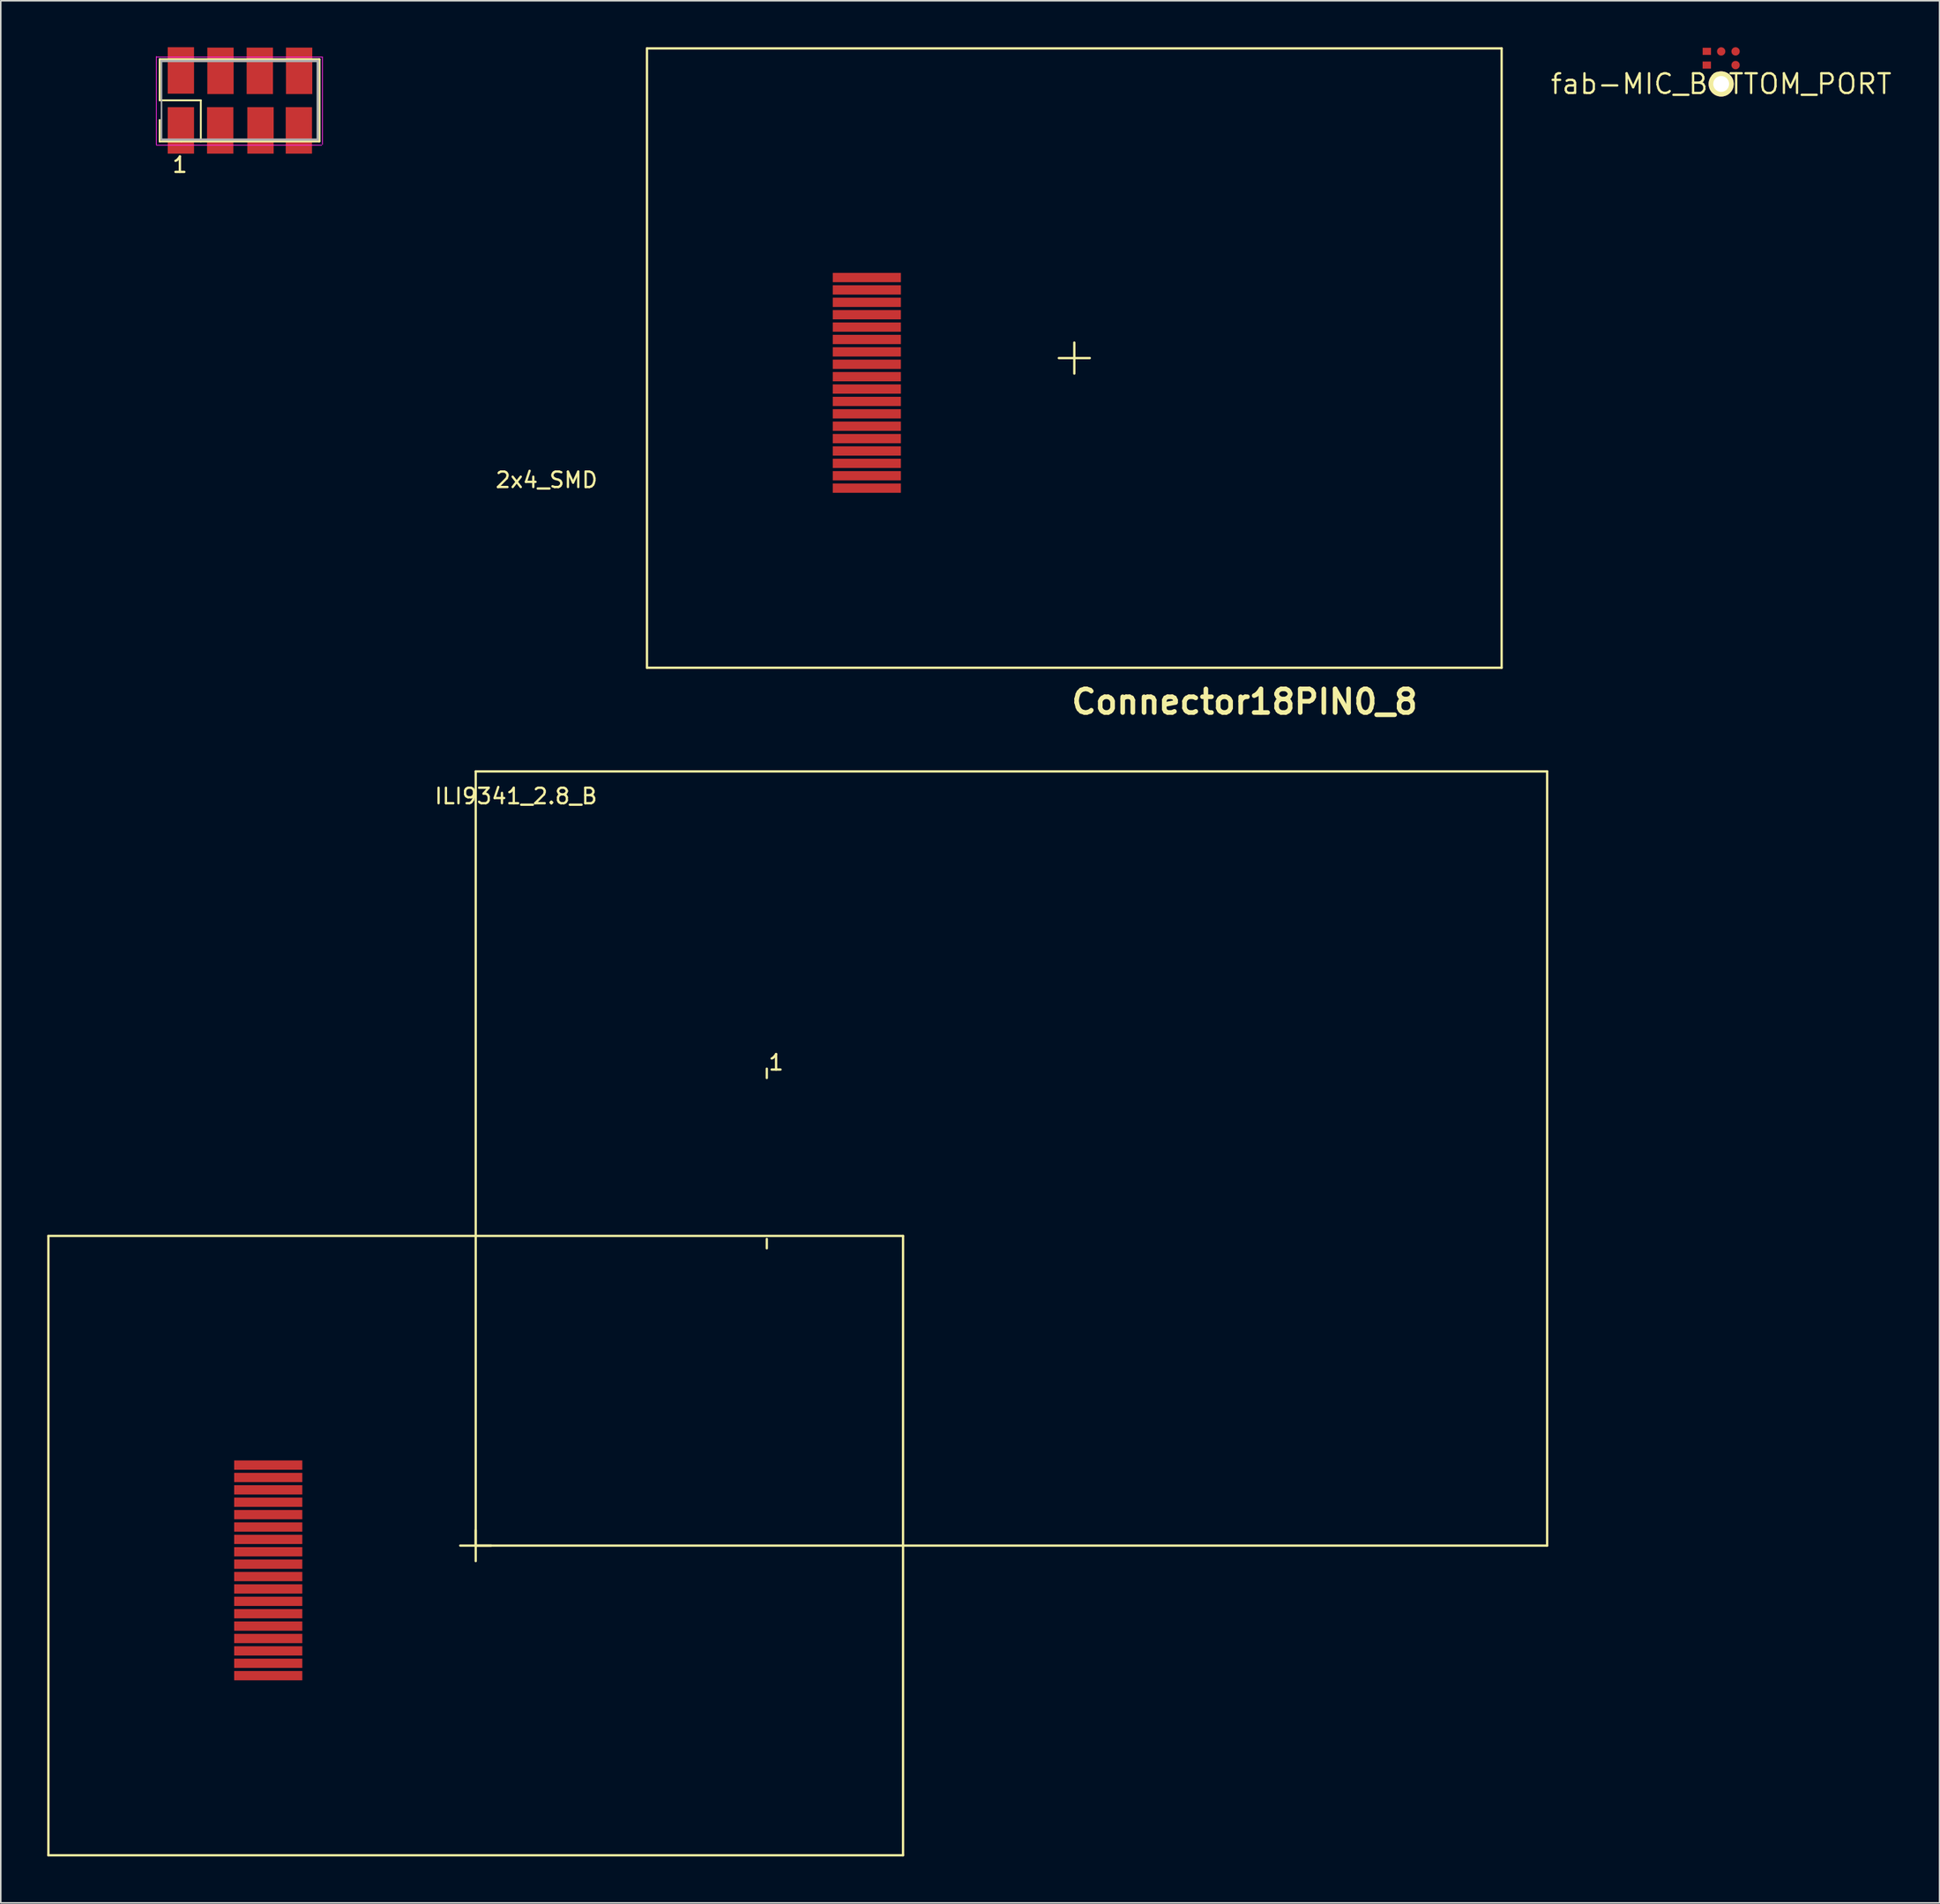
<source format=kicad_pcb>
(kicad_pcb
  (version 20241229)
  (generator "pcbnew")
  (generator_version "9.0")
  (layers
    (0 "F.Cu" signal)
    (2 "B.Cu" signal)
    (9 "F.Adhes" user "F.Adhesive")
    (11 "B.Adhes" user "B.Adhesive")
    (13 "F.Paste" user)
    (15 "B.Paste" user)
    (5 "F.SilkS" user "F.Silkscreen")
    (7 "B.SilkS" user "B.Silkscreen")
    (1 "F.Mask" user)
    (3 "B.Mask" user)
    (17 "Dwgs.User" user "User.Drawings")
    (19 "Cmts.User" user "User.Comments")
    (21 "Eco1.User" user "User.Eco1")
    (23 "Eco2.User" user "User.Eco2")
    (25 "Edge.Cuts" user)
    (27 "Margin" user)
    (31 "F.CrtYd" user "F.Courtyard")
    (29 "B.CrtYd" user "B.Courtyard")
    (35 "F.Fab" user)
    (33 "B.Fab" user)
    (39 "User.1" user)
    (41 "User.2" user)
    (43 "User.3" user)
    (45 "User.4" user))
  (footprint "fab-MIC_BOTTOM_PORT"
    (layer "F.Cu")
    (at 108.115 2.372)
    (property "Reference" "fab-MIC_BOTTOM_PORT" (at 0 0 0) (layer "F.SilkS") (effects (font (size 1.27 1.27) (thickness 0.15))))
    (attr smd)
    (fp_line (start -0.498 0) (end -0.485 -0.109) (stroke (width 0.046) (type solid)) (layer "F.SilkS"))
    (fp_line (start -0.485 -0.109) (end -0.45 -0.216) (stroke (width 0.046) (type solid)) (layer "F.SilkS"))
    (fp_line (start -0.485 0.109) (end -0.498 0) (stroke (width 0.046) (type solid)) (layer "F.SilkS"))
    (fp_line (start -0.45 -0.216) (end -0.389 -0.31) (stroke (width 0.046) (type solid)) (layer "F.SilkS"))
    (fp_line (start -0.45 0.216) (end -0.485 0.109) (stroke (width 0.046) (type solid)) (layer "F.SilkS"))
    (fp_line (start -0.389 -0.31) (end -0.31 -0.389) (stroke (width 0.046) (type solid)) (layer "F.SilkS"))
    (fp_line (start -0.389 0.31) (end -0.45 0.216) (stroke (width 0.046) (type solid)) (layer "F.SilkS"))
    (fp_line (start -0.31 -0.389) (end -0.216 -0.45) (stroke (width 0.046) (type solid)) (layer "F.SilkS"))
    (fp_line (start -0.31 0.389) (end -0.389 0.31) (stroke (width 0.046) (type solid)) (layer "F.SilkS"))
    (fp_line (start -0.216 -0.45) (end -0.109 -0.485) (stroke (width 0.046) (type solid)) (layer "F.SilkS"))
    (fp_line (start -0.216 0.45) (end -0.31 0.389) (stroke (width 0.046) (type solid)) (layer "F.SilkS"))
    (fp_line (start -0.109 -0.485) (end 0 -0.498) (stroke (width 0.046) (type solid)) (layer "F.SilkS"))
    (fp_line (start -0.109 0.485) (end -0.216 0.45) (stroke (width 0.046) (type solid)) (layer "F.SilkS"))
    (fp_line (start 0 -0.498) (end 0.109 -0.485) (stroke (width 0.046) (type solid)) (layer "F.SilkS"))
    (fp_line (start 0 0.498) (end -0.109 0.485) (stroke (width 0.046) (type solid)) (layer "F.SilkS"))
    (fp_line (start 0.109 -0.485) (end 0.216 -0.45) (stroke (width 0.046) (type solid)) (layer "F.SilkS"))
    (fp_line (start 0.109 0.485) (end 0 0.498) (stroke (width 0.046) (type solid)) (layer "F.SilkS"))
    (fp_line (start 0.216 -0.45) (end 0.31 -0.389) (stroke (width 0.046) (type solid)) (layer "F.SilkS"))
    (fp_line (start 0.216 0.45) (end 0.109 0.485) (stroke (width 0.046) (type solid)) (layer "F.SilkS"))
    (fp_line (start 0.31 -0.389) (end 0.389 -0.31) (stroke (width 0.046) (type solid)) (layer "F.SilkS"))
    (fp_line (start 0.31 0.389) (end 0.216 0.45) (stroke (width 0.046) (type solid)) (layer "F.SilkS"))
    (fp_line (start 0.389 -0.31) (end 0.45 -0.216) (stroke (width 0.046) (type solid)) (layer "F.SilkS"))
    (fp_line (start 0.389 0.31) (end 0.31 0.389) (stroke (width 0.046) (type solid)) (layer "F.SilkS"))
    (fp_line (start 0.45 -0.216) (end 0.485 -0.109) (stroke (width 0.046) (type solid)) (layer "F.SilkS"))
    (fp_line (start 0.45 0.216) (end 0.389 0.31) (stroke (width 0.046) (type solid)) (layer "F.SilkS"))
    (fp_line (start 0.485 -0.109) (end 0.498 0) (stroke (width 0.046) (type solid)) (layer "F.SilkS"))
    (fp_line (start 0.485 0.109) (end 0.45 0.216) (stroke (width 0.046) (type solid)) (layer "F.SilkS"))
    (fp_line (start 0.498 0) (end 0.485 0.109) (stroke (width 0.046) (type solid)) (layer "F.SilkS"))
    (fp_circle (center 0 0) (end -0.249 0.249) (stroke (width 0.023) (type solid)) (fill no) (layer "F.SilkS"))
    (pad "1" smd rect (at -0.927 -2.106) (size 0.538 0.46) (layers "F.Cu" "F.Mask" "F.Paste"))
    (pad "2" smd rect (at -0.93 -1.219) (size 0.538 0.46) (layers "F.Cu" "F.Mask" "F.Paste"))
    (pad "3" smd circle (at 0 0) (size 1.623 1.623) (layers "F.Cu" "F.Mask" "F.Paste"))
    (pad "4" smd circle (at 0.93 -1.219) (size 0.538 0.538) (layers "F.Cu" "F.Mask" "F.Paste"))
    (pad "5" smd circle (at 0.93 -2.103) (size 0.538 0.538) (layers "F.Cu" "F.Mask" "F.Paste"))
    (pad "6" smd circle (at 0 -2.101) (size 0.538 0.538) (layers "F.Cu" "F.Mask" "F.Paste"))
    (pad "P$1" thru_hole circle (at 0 0) (size 1.623 1.623) (drill 1.024) (layers "*.Cu" "F.Mask" "F.SilkS" "F.Paste")))
  (footprint "ILI9341_2.8_B"
    (layer "F.Cu")
    (at 27.675 96.768)
    (property "Reference" "ILI9341_2.8_B" (at 2.6 -48.4 0) (layer "F.SilkS") (effects (font (size 1 1) (thickness 0.15))))
    (attr through_hole)
    (fp_line (start -27.6 -20) (end 27.6 -20) (stroke (width 0.15) (type solid)) (layer "F.SilkS"))
    (fp_line (start -27.6 20) (end -27.6 -20) (stroke (width 0.15) (type solid)) (layer "F.SilkS"))
    (fp_line (start -1 0) (end 1 0) (stroke (width 0.15) (type solid)) (layer "F.SilkS"))
    (fp_line (start 0 -50) (end 0 0) (stroke (width 0.15) (type solid)) (layer "F.SilkS"))
    (fp_line (start 0 -1) (end 0 1) (stroke (width 0.15) (type solid)) (layer "F.SilkS"))
    (fp_line (start 0 0) (end 69.2 0) (stroke (width 0.15) (type solid)) (layer "F.SilkS"))
    (fp_line (start 18.8 -30.8) (end 18.8 -30.2) (stroke (width 0.15) (type solid)) (layer "F.SilkS"))
    (fp_line (start 18.8 -19.2) (end 18.8 -19.8) (stroke (width 0.15) (type solid)) (layer "F.SilkS"))
    (fp_line (start 27.6 -20) (end 27.6 20) (stroke (width 0.15) (type solid)) (layer "F.SilkS"))
    (fp_line (start 27.6 20) (end -27.6 20) (stroke (width 0.15) (type solid)) (layer "F.SilkS"))
    (fp_line (start 69.2 -50) (end 0 -50) (stroke (width 0.15) (type solid)) (layer "F.SilkS"))
    (fp_line (start 69.2 0) (end 69.2 -50) (stroke (width 0.15) (type solid)) (layer "F.SilkS"))
    (fp_poly (pts (xy -24.362 -18.482) (xy -24.357 -18.463) (xy -24.387 -18.428) (xy -24.427 -18.427) (xy -24.436 -18.433) (xy -24.453 -18.47) (xy -24.424 -18.491) (xy -24.4 -18.494) (xy -24.362 -18.482)) (stroke (width 0.01) (type solid)) (fill no) (layer "Eco1.User"))
    (fp_poly (pts (xy -24.369 18.425) (xy -24.359 18.457) (xy -24.362 18.465) (xy -24.4 18.492) (xy -24.438 18.472) (xy -24.442 18.466) (xy -24.444 18.426) (xy -24.437 18.416) (xy -24.402 18.407) (xy -24.369 18.425)) (stroke (width 0.01) (type solid)) (fill no) (layer "Eco1.User"))
    (fp_poly (pts (xy 22.006 18.425) (xy 22.016 18.457) (xy 22.013 18.465) (xy 21.975 18.492) (xy 21.937 18.472) (xy 21.933 18.466) (xy 21.931 18.426) (xy 21.938 18.416) (xy 21.973 18.407) (xy 22.006 18.425)) (stroke (width 0.01) (type solid)) (fill no) (layer "Eco1.User"))
    (fp_text user "1" (at 19.4 -31.2 0) (layer "F.SilkS") (effects (font (size 1 1) (thickness 0.15))))
    (pad "1" smd rect (at -13.4 -5.2) (size 4.4 0.6) (layers "F.Cu" "F.Mask" "F.Paste"))
    (pad "2" smd rect (at -13.4 -4.4) (size 4.4 0.6) (layers "F.Cu" "F.Mask" "F.Paste"))
    (pad "3" smd rect (at -13.4 -3.6) (size 4.4 0.6) (layers "F.Cu" "F.Mask" "F.Paste"))
    (pad "4" smd rect (at -13.4 -2.8) (size 4.4 0.6) (layers "F.Cu" "F.Mask" "F.Paste"))
    (pad "5" smd rect (at -13.4 -2) (size 4.4 0.6) (layers "F.Cu" "F.Mask" "F.Paste"))
    (pad "6" smd rect (at -13.4 -1.2) (size 4.4 0.6) (layers "F.Cu" "F.Mask" "F.Paste"))
    (pad "7" smd rect (at -13.4 -0.4) (size 4.4 0.6) (layers "F.Cu" "F.Mask" "F.Paste"))
    (pad "8" smd rect (at -13.4 0.4) (size 4.4 0.6) (layers "F.Cu" "F.Mask" "F.Paste"))
    (pad "9" smd rect (at -13.4 1.2) (size 4.4 0.6) (layers "F.Cu" "F.Mask" "F.Paste"))
    (pad "10" smd rect (at -13.4 2) (size 4.4 0.6) (layers "F.Cu" "F.Mask" "F.Paste"))
    (pad "11" smd rect (at -13.4 2.8) (size 4.4 0.6) (layers "F.Cu" "F.Mask" "F.Paste"))
    (pad "12" smd rect (at -13.4 3.6) (size 4.4 0.6) (layers "F.Cu" "F.Mask" "F.Paste"))
    (pad "13" smd rect (at -13.4 4.4) (size 4.4 0.6) (layers "F.Cu" "F.Mask" "F.Paste"))
    (pad "14" smd rect (at -13.4 5.2) (size 4.4 0.6) (layers "F.Cu" "F.Mask" "F.Paste"))
    (pad "15" smd rect (at -13.4 6) (size 4.4 0.6) (layers "F.Cu" "F.Mask" "F.Paste"))
    (pad "16" smd rect (at -13.4 6.8) (size 4.4 0.6) (layers "F.Cu" "F.Mask" "F.Paste"))
    (pad "17" smd rect (at -13.4 7.6) (size 4.4 0.6) (layers "F.Cu" "F.Mask" "F.Paste"))
    (pad "18" smd rect (at -13.4 8.4) (size 4.4 0.6) (layers "F.Cu" "F.Mask" "F.Paste")))
  (footprint "2x4_SMD"
    (layer "F.Cu")
    (at 0.25 29.948)
    (property "Reference" "2x4_SMD" (at 32 -2 0) (layer "F.SilkS") (effects (font (size 1 1) (thickness 0.15))))
    (attr through_hole)
    (fp_line (start 7.01 -29.18) (end 7.01 -26.52) (stroke (width 0.12) (type solid)) (layer "F.SilkS"))
    (fp_line (start 7.01 -26.52) (end 9.67 -26.52) (stroke (width 0.12) (type solid)) (layer "F.SilkS"))
    (fp_line (start 7.01 -23.86) (end 7.01 -25.25) (stroke (width 0.12) (type solid)) (layer "F.SilkS"))
    (fp_line (start 7.061 -29.159) (end 17.323 -29.159) (stroke (width 0.15) (type solid)) (layer "F.SilkS"))
    (fp_line (start 8.4 -23.86) (end 7.01 -23.86) (stroke (width 0.12) (type solid)) (layer "F.SilkS"))
    (fp_line (start 9.67 -26.52) (end 9.67 -23.86) (stroke (width 0.12) (type solid)) (layer "F.SilkS"))
    (fp_line (start 17.323 -29.159) (end 17.323 -23.876) (stroke (width 0.15) (type solid)) (layer "F.SilkS"))
    (fp_line (start 17.323 -23.876) (end 8.433 -23.876) (stroke (width 0.15) (type solid)) (layer "F.SilkS"))
    (fp_line (start 6.8 -29.35) (end 6.8 -23.65) (stroke (width 0.05) (type solid)) (layer "F.CrtYd"))
    (fp_line (start 6.807 -29.312) (end 17.526 -29.312) (stroke (width 0.05) (type solid)) (layer "F.CrtYd"))
    (fp_line (start 6.807 -23.622) (end 17.475 -23.622) (stroke (width 0.05) (type solid)) (layer "F.CrtYd"))
    (fp_line (start 17.526 -29.312) (end 17.526 -23.673) (stroke (width 0.05) (type solid)) (layer "F.CrtYd"))
    (fp_line (start 7.112 -29.058) (end 17.221 -29.058) (stroke (width 0.15) (type solid)) (layer "F.Fab"))
    (fp_line (start 7.13 -29.06) (end 7.13 -23.98) (stroke (width 0.1) (type solid)) (layer "F.Fab"))
    (fp_line (start 7.163 -23.978) (end 17.221 -23.978) (stroke (width 0.15) (type solid)) (layer "F.Fab"))
    (fp_line (start 17.221 -29.058) (end 17.221 -24.028) (stroke (width 0.15) (type solid)) (layer "F.Fab"))
    (fp_text user "1" (at 8.319 -22.352 0) (layer "F.SilkS") (effects (font (size 1 1) (thickness 0.15))))
    (pad "1" smd rect (at 8.382 -24.575 90) (size 3 1.7) (layers "F.Cu" "F.Mask" "F.Paste"))
    (pad "2" smd rect (at 8.382 -28.448 90) (size 3 1.7) (layers "F.Cu" "F.Mask" "F.Paste"))
    (pad "3" smd rect (at 10.922 -24.575 90) (size 3 1.7) (layers "F.Cu" "F.Mask" "F.Paste"))
    (pad "4" smd rect (at 10.94 -28.425 90) (size 3 1.7) (layers "F.Cu" "F.Mask" "F.Paste"))
    (pad "5" smd rect (at 13.525 -24.575 90) (size 3 1.7) (layers "F.Cu" "F.Mask" "F.Paste"))
    (pad "6" smd rect (at 13.48 -28.425 90) (size 3 1.7) (layers "F.Cu" "F.Mask" "F.Paste"))
    (pad "7" smd rect (at 16.002 -24.575 90) (size 3 1.7) (layers "F.Cu" "F.Mask" "F.Paste"))
    (pad "8" smd rect (at 16.02 -28.425 90) (size 3 1.7) (layers "F.Cu" "F.Mask" "F.Paste")))
  (footprint "Connector18PIN0_8"
    (layer "F.Cu")
    (at 66.336 20.075)
    (property "Reference" "Connector18PIN0_8" (at 11 22.2 0) (layer "F.SilkS") (effects (font (size 1.524 1.524) (thickness 0.3))))
    (attr through_hole)
    (fp_line (start -27.6 -20) (end 27.6 -20) (stroke (width 0.15) (type solid)) (layer "F.SilkS"))
    (fp_line (start -27.6 20) (end -27.6 -20) (stroke (width 0.15) (type solid)) (layer "F.SilkS"))
    (fp_line (start -1 0) (end 1 0) (stroke (width 0.15) (type solid)) (layer "F.SilkS"))
    (fp_line (start 0 -1) (end 0 1) (stroke (width 0.15) (type solid)) (layer "F.SilkS"))
    (fp_line (start 27.6 -20) (end 27.6 20) (stroke (width 0.15) (type solid)) (layer "F.SilkS"))
    (fp_line (start 27.6 20) (end -27.6 20) (stroke (width 0.15) (type solid)) (layer "F.SilkS"))
    (fp_poly (pts (xy -24.362 -18.482) (xy -24.357 -18.463) (xy -24.387 -18.428) (xy -24.427 -18.427) (xy -24.436 -18.433) (xy -24.453 -18.47) (xy -24.424 -18.491) (xy -24.4 -18.494) (xy -24.362 -18.482)) (stroke (width 0.01) (type solid)) (fill no) (layer "Eco1.User"))
    (fp_poly (pts (xy -24.369 18.425) (xy -24.359 18.457) (xy -24.362 18.465) (xy -24.4 18.492) (xy -24.438 18.472) (xy -24.442 18.466) (xy -24.444 18.426) (xy -24.437 18.416) (xy -24.402 18.407) (xy -24.369 18.425)) (stroke (width 0.01) (type solid)) (fill no) (layer "Eco1.User"))
    (fp_poly (pts (xy 22.006 18.425) (xy 22.016 18.457) (xy 22.013 18.465) (xy 21.975 18.492) (xy 21.937 18.472) (xy 21.933 18.466) (xy 21.931 18.426) (xy 21.938 18.416) (xy 21.973 18.407) (xy 22.006 18.425)) (stroke (width 0.01) (type solid)) (fill no) (layer "Eco1.User"))
    (pad "1" smd rect (at -13.4 -5.2) (size 4.4 0.6) (layers "F.Cu" "F.Mask" "F.Paste"))
    (pad "2" smd rect (at -13.4 -4.4) (size 4.4 0.6) (layers "F.Cu" "F.Mask" "F.Paste"))
    (pad "3" smd rect (at -13.4 -3.6) (size 4.4 0.6) (layers "F.Cu" "F.Mask" "F.Paste"))
    (pad "4" smd rect (at -13.4 -2.8) (size 4.4 0.6) (layers "F.Cu" "F.Mask" "F.Paste"))
    (pad "5" smd rect (at -13.4 -2) (size 4.4 0.6) (layers "F.Cu" "F.Mask" "F.Paste"))
    (pad "6" smd rect (at -13.4 -1.2) (size 4.4 0.6) (layers "F.Cu" "F.Mask" "F.Paste"))
    (pad "7" smd rect (at -13.4 -0.4) (size 4.4 0.6) (layers "F.Cu" "F.Mask" "F.Paste"))
    (pad "8" smd rect (at -13.4 0.4) (size 4.4 0.6) (layers "F.Cu" "F.Mask" "F.Paste"))
    (pad "9" smd rect (at -13.4 1.2) (size 4.4 0.6) (layers "F.Cu" "F.Mask" "F.Paste"))
    (pad "10" smd rect (at -13.4 2) (size 4.4 0.6) (layers "F.Cu" "F.Mask" "F.Paste"))
    (pad "11" smd rect (at -13.4 2.8) (size 4.4 0.6) (layers "F.Cu" "F.Mask" "F.Paste"))
    (pad "12" smd rect (at -13.4 3.6) (size 4.4 0.6) (layers "F.Cu" "F.Mask" "F.Paste"))
    (pad "13" smd rect (at -13.4 4.4) (size 4.4 0.6) (layers "F.Cu" "F.Mask" "F.Paste"))
    (pad "14" smd rect (at -13.4 5.2) (size 4.4 0.6) (layers "F.Cu" "F.Mask" "F.Paste"))
    (pad "15" smd rect (at -13.4 6) (size 4.4 0.6) (layers "F.Cu" "F.Mask" "F.Paste"))
    (pad "16" smd rect (at -13.4 6.8) (size 4.4 0.6) (layers "F.Cu" "F.Mask" "F.Paste"))
    (pad "17" smd rect (at -13.4 7.6) (size 4.4 0.6) (layers "F.Cu" "F.Mask" "F.Paste"))
    (pad "18" smd rect (at -13.4 8.4) (size 4.4 0.6) (layers "F.Cu" "F.Mask" "F.Paste")))
  (gr_rect
    (start -3 -3)
    (end 122.22 119.843)
    (stroke (width 0.1) (type default))
    (fill no)
    (layer "Edge.Cuts")))
</source>
